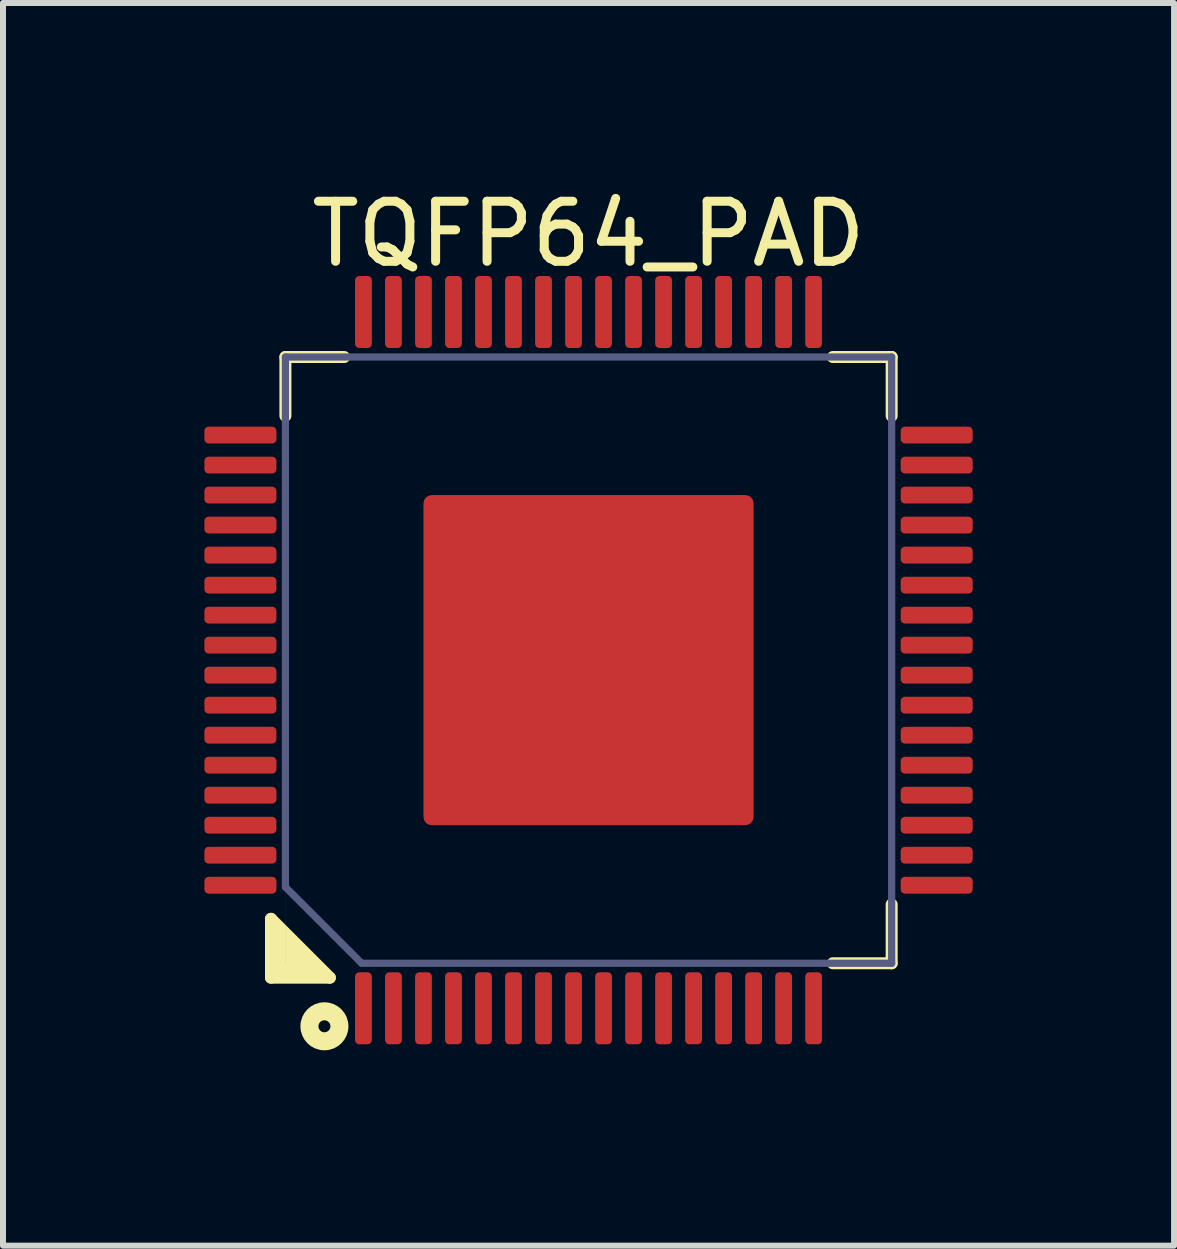
<source format=kicad_pcb>
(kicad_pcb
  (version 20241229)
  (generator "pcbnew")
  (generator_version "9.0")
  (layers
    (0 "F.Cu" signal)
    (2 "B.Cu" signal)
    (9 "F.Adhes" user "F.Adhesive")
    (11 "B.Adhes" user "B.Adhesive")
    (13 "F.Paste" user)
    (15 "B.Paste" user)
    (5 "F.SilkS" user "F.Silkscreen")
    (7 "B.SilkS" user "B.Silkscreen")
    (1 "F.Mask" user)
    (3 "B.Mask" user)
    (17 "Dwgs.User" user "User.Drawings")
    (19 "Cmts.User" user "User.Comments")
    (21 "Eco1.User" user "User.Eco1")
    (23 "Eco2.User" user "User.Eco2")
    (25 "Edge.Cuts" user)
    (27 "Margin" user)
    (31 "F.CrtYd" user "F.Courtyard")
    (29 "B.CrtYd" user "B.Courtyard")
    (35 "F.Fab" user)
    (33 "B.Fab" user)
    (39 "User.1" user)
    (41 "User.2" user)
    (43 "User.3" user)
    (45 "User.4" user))
  (footprint "TQFP64_PAD"
    (layer "F.Cu")
    (at 6.755 7.948)
    (property "Reference" "TQFP64_PAD" (at 0 -7.1 0) (layer "F.SilkS") (effects (font (size 1 1) (thickness 0.15))))
    (fp_line (start -5.29 4.31) (end -4.31 5.29) (stroke (width 0.2) (type solid)) (layer "F.SilkS"))
    (fp_line (start -5.29 5.29) (end -5.29 4.31) (stroke (width 0.12) (type solid)) (layer "F.SilkS"))
    (fp_line (start -5.29 5.29) (end -5.29 4.31) (stroke (width 0.2) (type solid)) (layer "F.SilkS"))
    (fp_line (start -5.29 5.29) (end -4.31 5.29) (stroke (width 0.12) (type solid)) (layer "F.SilkS"))
    (fp_line (start -5.29 5.29) (end -4.31 5.29) (stroke (width 0.2) (type solid)) (layer "F.SilkS"))
    (fp_line (start -5.05 -5.05) (end -4.07 -5.05) (stroke (width 0.2) (type solid)) (layer "F.SilkS"))
    (fp_line (start -5.05 -4.07) (end -5.05 -5.05) (stroke (width 0.2) (type solid)) (layer "F.SilkS"))
    (fp_line (start 4.07 -5.05) (end 5.05 -5.05) (stroke (width 0.2) (type solid)) (layer "F.SilkS"))
    (fp_line (start 4.07 5.05) (end 5.05 5.05) (stroke (width 0.2) (type solid)) (layer "F.SilkS"))
    (fp_line (start 5.05 -4.07) (end 5.05 -5.05) (stroke (width 0.2) (type solid)) (layer "F.SilkS"))
    (fp_line (start 5.05 5.05) (end 5.05 4.07) (stroke (width 0.2) (type solid)) (layer "F.SilkS"))
    (fp_circle (center -4.4 6.1) (end -4.4 6) (stroke (width 0.3) (type solid)) (fill no) (layer "F.SilkS"))
    (fp_poly (pts (xy -5.29 4.31) (xy -4.31 5.29) (xy -5.29 5.29)) (stroke (width 0) (type default)) (fill yes) (layer "F.SilkS"))
    (fp_poly (pts (xy -1.195 -1.195) (xy -2.485 -1.195) (xy -2.485 -2.485) (xy -1.195 -2.485)) (stroke (width 0) (type default)) (fill yes) (layer "F.Paste"))
    (fp_poly (pts (xy -1.195 0.645) (xy -2.485 0.645) (xy -2.485 -0.645) (xy -1.195 -0.645)) (stroke (width 0) (type default)) (fill yes) (layer "F.Paste"))
    (fp_poly (pts (xy -1.195 2.485) (xy -2.485 2.485) (xy -2.485 1.195) (xy -1.195 1.195)) (stroke (width 0) (type default)) (fill yes) (layer "F.Paste"))
    (fp_poly (pts (xy 0.645 -1.195) (xy -0.645 -1.195) (xy -0.645 -2.485) (xy 0.645 -2.485)) (stroke (width 0) (type default)) (fill yes) (layer "F.Paste"))
    (fp_poly (pts (xy 0.645 0.645) (xy -0.645 0.645) (xy -0.645 -0.645) (xy 0.645 -0.645)) (stroke (width 0) (type default)) (fill yes) (layer "F.Paste"))
    (fp_poly (pts (xy 0.645 2.485) (xy -0.645 2.485) (xy -0.645 1.195) (xy 0.645 1.195)) (stroke (width 0) (type default)) (fill yes) (layer "F.Paste"))
    (fp_poly (pts (xy 2.485 -1.195) (xy 1.195 -1.195) (xy 1.195 -2.485) (xy 2.485 -2.485)) (stroke (width 0) (type default)) (fill yes) (layer "F.Paste"))
    (fp_poly (pts (xy 2.485 0.645) (xy 1.195 0.645) (xy 1.195 -0.645) (xy 2.485 -0.645)) (stroke (width 0) (type default)) (fill yes) (layer "F.Paste"))
    (fp_poly (pts (xy 2.485 2.485) (xy 1.195 2.485) (xy 1.195 1.195) (xy 2.485 1.195)) (stroke (width 0) (type default)) (fill yes) (layer "F.Paste"))
    (fp_line (start -6.73 -6.73) (end 6.73 -6.73) (stroke (width 0.05) (type solid)) (layer "Eco2.User"))
    (fp_line (start -6.73 6.73) (end -6.73 -6.73) (stroke (width 0.05) (type solid)) (layer "Eco2.User"))
    (fp_line (start -6.73 6.73) (end 6.73 6.73) (stroke (width 0.05) (type solid)) (layer "Eco2.User"))
    (fp_line (start -0.35 0) (end 0.35 0) (stroke (width 0.05) (type solid)) (layer "Eco2.User"))
    (fp_line (start 0 0.35) (end 0 -0.35) (stroke (width 0.05) (type solid)) (layer "Eco2.User"))
    (fp_line (start 6.73 6.73) (end 6.73 -6.73) (stroke (width 0.05) (type solid)) (layer "Eco2.User"))
    (fp_circle (center 0 0) (end 0 -0.25) (stroke (width 0.05) (type solid)) (fill no) (layer "Eco2.User"))
    (fp_line (start -5.05 -5.05) (end 5.05 -5.05) (stroke (width 0.001) (type solid)) (layer "B.Fab"))
    (fp_line (start -5.05 -5.05) (end 5.05 -5.05) (stroke (width 0.12) (type solid)) (layer "B.Fab"))
    (fp_line (start -5.05 3.78) (end -5.05 -5.05) (stroke (width 0.12) (type solid)) (layer "B.Fab"))
    (fp_line (start -5.05 3.78) (end -3.78 5.05) (stroke (width 0.12) (type solid)) (layer "B.Fab"))
    (fp_line (start -5.05 5.05) (end -5.05 -5.05) (stroke (width 0.001) (type solid)) (layer "B.Fab"))
    (fp_line (start -5.05 5.05) (end 5.05 5.05) (stroke (width 0.001) (type solid)) (layer "B.Fab"))
    (fp_line (start -3.78 5.05) (end 5.05 5.05) (stroke (width 0.12) (type solid)) (layer "B.Fab"))
    (fp_line (start 5.05 5.05) (end 5.05 -5.05) (stroke (width 0.001) (type solid)) (layer "B.Fab"))
    (fp_line (start 5.05 5.05) (end 5.05 -5.05) (stroke (width 0.12) (type solid)) (layer "B.Fab"))
    (pad "1" smd roundrect (at -3.75 5.8 90) (size 1.2 0.28) (layers "F.Cu" "F.Mask" "F.Paste") (roundrect_rratio 0.25))
    (pad "2" smd roundrect (at -3.25 5.8 90) (size 1.2 0.28) (layers "F.Cu" "F.Mask" "F.Paste") (roundrect_rratio 0.25))
    (pad "3" smd roundrect (at -2.75 5.8 90) (size 1.2 0.28) (layers "F.Cu" "F.Mask" "F.Paste") (roundrect_rratio 0.25))
    (pad "4" smd roundrect (at -2.25 5.8 90) (size 1.2 0.28) (layers "F.Cu" "F.Mask" "F.Paste") (roundrect_rratio 0.25))
    (pad "5" smd roundrect (at -1.75 5.8 90) (size 1.2 0.28) (layers "F.Cu" "F.Mask" "F.Paste") (roundrect_rratio 0.25))
    (pad "6" smd roundrect (at -1.25 5.8 90) (size 1.2 0.28) (layers "F.Cu" "F.Mask" "F.Paste") (roundrect_rratio 0.25))
    (pad "7" smd roundrect (at -0.75 5.8 90) (size 1.2 0.28) (layers "F.Cu" "F.Mask" "F.Paste") (roundrect_rratio 0.25))
    (pad "8" smd roundrect (at -0.25 5.8 90) (size 1.2 0.28) (layers "F.Cu" "F.Mask" "F.Paste") (roundrect_rratio 0.25))
    (pad "9" smd roundrect (at 0.25 5.8 90) (size 1.2 0.28) (layers "F.Cu" "F.Mask" "F.Paste") (roundrect_rratio 0.25))
    (pad "10" smd roundrect (at 0.75 5.8 90) (size 1.2 0.28) (layers "F.Cu" "F.Mask" "F.Paste") (roundrect_rratio 0.25))
    (pad "11" smd roundrect (at 1.25 5.8 90) (size 1.2 0.28) (layers "F.Cu" "F.Mask" "F.Paste") (roundrect_rratio 0.25))
    (pad "12" smd roundrect (at 1.75 5.8 90) (size 1.2 0.28) (layers "F.Cu" "F.Mask" "F.Paste") (roundrect_rratio 0.25))
    (pad "13" smd roundrect (at 2.25 5.8 90) (size 1.2 0.28) (layers "F.Cu" "F.Mask" "F.Paste") (roundrect_rratio 0.25))
    (pad "14" smd roundrect (at 2.75 5.8 90) (size 1.2 0.28) (layers "F.Cu" "F.Mask" "F.Paste") (roundrect_rratio 0.25))
    (pad "15" smd roundrect (at 3.25 5.8 90) (size 1.2 0.28) (layers "F.Cu" "F.Mask" "F.Paste") (roundrect_rratio 0.25))
    (pad "16" smd roundrect (at 3.75 5.8 90) (size 1.2 0.28) (layers "F.Cu" "F.Mask" "F.Paste") (roundrect_rratio 0.25))
    (pad "17" smd roundrect (at 5.8 3.75) (size 1.2 0.28) (layers "F.Cu" "F.Mask" "F.Paste") (roundrect_rratio 0.25))
    (pad "18" smd roundrect (at 5.8 3.25) (size 1.2 0.28) (layers "F.Cu" "F.Mask" "F.Paste") (roundrect_rratio 0.25))
    (pad "19" smd roundrect (at 5.8 2.75) (size 1.2 0.28) (layers "F.Cu" "F.Mask" "F.Paste") (roundrect_rratio 0.25))
    (pad "20" smd roundrect (at 5.8 2.25) (size 1.2 0.28) (layers "F.Cu" "F.Mask" "F.Paste") (roundrect_rratio 0.25))
    (pad "21" smd roundrect (at 5.8 1.75) (size 1.2 0.28) (layers "F.Cu" "F.Mask" "F.Paste") (roundrect_rratio 0.25))
    (pad "22" smd roundrect (at 5.8 1.25) (size 1.2 0.28) (layers "F.Cu" "F.Mask" "F.Paste") (roundrect_rratio 0.25))
    (pad "23" smd roundrect (at 5.8 0.75) (size 1.2 0.28) (layers "F.Cu" "F.Mask" "F.Paste") (roundrect_rratio 0.25))
    (pad "24" smd roundrect (at 5.8 0.25) (size 1.2 0.28) (layers "F.Cu" "F.Mask" "F.Paste") (roundrect_rratio 0.25))
    (pad "25" smd roundrect (at 5.8 -0.25) (size 1.2 0.28) (layers "F.Cu" "F.Mask" "F.Paste") (roundrect_rratio 0.25))
    (pad "26" smd roundrect (at 5.8 -0.75) (size 1.2 0.28) (layers "F.Cu" "F.Mask" "F.Paste") (roundrect_rratio 0.25))
    (pad "27" smd roundrect (at 5.8 -1.25) (size 1.2 0.28) (layers "F.Cu" "F.Mask" "F.Paste") (roundrect_rratio 0.25))
    (pad "28" smd roundrect (at 5.8 -1.75) (size 1.2 0.28) (layers "F.Cu" "F.Mask" "F.Paste") (roundrect_rratio 0.25))
    (pad "29" smd roundrect (at 5.8 -2.25) (size 1.2 0.28) (layers "F.Cu" "F.Mask" "F.Paste") (roundrect_rratio 0.25))
    (pad "30" smd roundrect (at 5.8 -2.75) (size 1.2 0.28) (layers "F.Cu" "F.Mask" "F.Paste") (roundrect_rratio 0.25))
    (pad "31" smd roundrect (at 5.8 -3.25) (size 1.2 0.28) (layers "F.Cu" "F.Mask" "F.Paste") (roundrect_rratio 0.25))
    (pad "32" smd roundrect (at 5.8 -3.75) (size 1.2 0.28) (layers "F.Cu" "F.Mask" "F.Paste") (roundrect_rratio 0.25))
    (pad "33" smd roundrect (at 3.75 -5.8 90) (size 1.2 0.28) (layers "F.Cu" "F.Mask" "F.Paste") (roundrect_rratio 0.25))
    (pad "34" smd roundrect (at 3.25 -5.8 90) (size 1.2 0.28) (layers "F.Cu" "F.Mask" "F.Paste") (roundrect_rratio 0.25))
    (pad "35" smd roundrect (at 2.75 -5.8 90) (size 1.2 0.28) (layers "F.Cu" "F.Mask" "F.Paste") (roundrect_rratio 0.25))
    (pad "36" smd roundrect (at 2.25 -5.8 90) (size 1.2 0.28) (layers "F.Cu" "F.Mask" "F.Paste") (roundrect_rratio 0.25))
    (pad "37" smd roundrect (at 1.75 -5.8 90) (size 1.2 0.28) (layers "F.Cu" "F.Mask" "F.Paste") (roundrect_rratio 0.25))
    (pad "38" smd roundrect (at 1.25 -5.8 90) (size 1.2 0.28) (layers "F.Cu" "F.Mask" "F.Paste") (roundrect_rratio 0.25))
    (pad "39" smd roundrect (at 0.75 -5.8 90) (size 1.2 0.28) (layers "F.Cu" "F.Mask" "F.Paste") (roundrect_rratio 0.25))
    (pad "40" smd roundrect (at 0.25 -5.8 90) (size 1.2 0.28) (layers "F.Cu" "F.Mask" "F.Paste") (roundrect_rratio 0.25))
    (pad "41" smd roundrect (at -0.25 -5.8 90) (size 1.2 0.28) (layers "F.Cu" "F.Mask" "F.Paste") (roundrect_rratio 0.25))
    (pad "42" smd roundrect (at -0.75 -5.8 90) (size 1.2 0.28) (layers "F.Cu" "F.Mask" "F.Paste") (roundrect_rratio 0.25))
    (pad "43" smd roundrect (at -1.25 -5.8 90) (size 1.2 0.28) (layers "F.Cu" "F.Mask" "F.Paste") (roundrect_rratio 0.25))
    (pad "44" smd roundrect (at -1.75 -5.8 90) (size 1.2 0.28) (layers "F.Cu" "F.Mask" "F.Paste") (roundrect_rratio 0.25))
    (pad "45" smd roundrect (at -2.25 -5.8 90) (size 1.2 0.28) (layers "F.Cu" "F.Mask" "F.Paste") (roundrect_rratio 0.25))
    (pad "46" smd roundrect (at -2.75 -5.8 90) (size 1.2 0.28) (layers "F.Cu" "F.Mask" "F.Paste") (roundrect_rratio 0.25))
    (pad "47" smd roundrect (at -3.25 -5.8 90) (size 1.2 0.28) (layers "F.Cu" "F.Mask" "F.Paste") (roundrect_rratio 0.25))
    (pad "48" smd roundrect (at -3.75 -5.8 90) (size 1.2 0.28) (layers "F.Cu" "F.Mask" "F.Paste") (roundrect_rratio 0.25))
    (pad "49" smd roundrect (at -5.8 -3.75) (size 1.2 0.28) (layers "F.Cu" "F.Mask" "F.Paste") (roundrect_rratio 0.25))
    (pad "50" smd roundrect (at -5.8 -3.25) (size 1.2 0.28) (layers "F.Cu" "F.Mask" "F.Paste") (roundrect_rratio 0.25))
    (pad "51" smd roundrect (at -5.8 -2.75) (size 1.2 0.28) (layers "F.Cu" "F.Mask" "F.Paste") (roundrect_rratio 0.25))
    (pad "52" smd roundrect (at -5.8 -2.25) (size 1.2 0.28) (layers "F.Cu" "F.Mask" "F.Paste") (roundrect_rratio 0.25))
    (pad "53" smd roundrect (at -5.8 -1.75) (size 1.2 0.28) (layers "F.Cu" "F.Mask" "F.Paste") (roundrect_rratio 0.25))
    (pad "54" smd roundrect (at -5.8 -1.25) (size 1.2 0.28) (layers "F.Cu" "F.Mask" "F.Paste") (roundrect_rratio 0.25))
    (pad "55" smd roundrect (at -5.8 -0.75) (size 1.2 0.28) (layers "F.Cu" "F.Mask" "F.Paste") (roundrect_rratio 0.25))
    (pad "56" smd roundrect (at -5.8 -0.25) (size 1.2 0.28) (layers "F.Cu" "F.Mask" "F.Paste") (roundrect_rratio 0.25))
    (pad "57" smd roundrect (at -5.8 0.25) (size 1.2 0.28) (layers "F.Cu" "F.Mask" "F.Paste") (roundrect_rratio 0.25))
    (pad "58" smd roundrect (at -5.8 0.75) (size 1.2 0.28) (layers "F.Cu" "F.Mask" "F.Paste") (roundrect_rratio 0.25))
    (pad "59" smd roundrect (at -5.8 1.25) (size 1.2 0.28) (layers "F.Cu" "F.Mask" "F.Paste") (roundrect_rratio 0.25))
    (pad "60" smd roundrect (at -5.8 1.75) (size 1.2 0.28) (layers "F.Cu" "F.Mask" "F.Paste") (roundrect_rratio 0.25))
    (pad "61" smd roundrect (at -5.8 2.25) (size 1.2 0.28) (layers "F.Cu" "F.Mask" "F.Paste") (roundrect_rratio 0.25))
    (pad "62" smd roundrect (at -5.8 2.75) (size 1.2 0.28) (layers "F.Cu" "F.Mask" "F.Paste") (roundrect_rratio 0.25))
    (pad "63" smd roundrect (at -5.8 3.25) (size 1.2 0.28) (layers "F.Cu" "F.Mask" "F.Paste") (roundrect_rratio 0.25))
    (pad "64" smd roundrect (at -5.8 3.75) (size 1.2 0.28) (layers "F.Cu" "F.Mask" "F.Paste") (roundrect_rratio 0.25))
    (pad "65" smd roundrect (at 0 0) (size 5.5 5.5) (layers "F.Cu" "F.Mask" "F.Paste") (roundrect_rratio 0.025)))
  (gr_rect
    (start -3 -3)
    (end 16.51 17.703)
    (stroke (width 0.1) (type default))
    (fill no)
    (layer "Edge.Cuts")))
</source>
